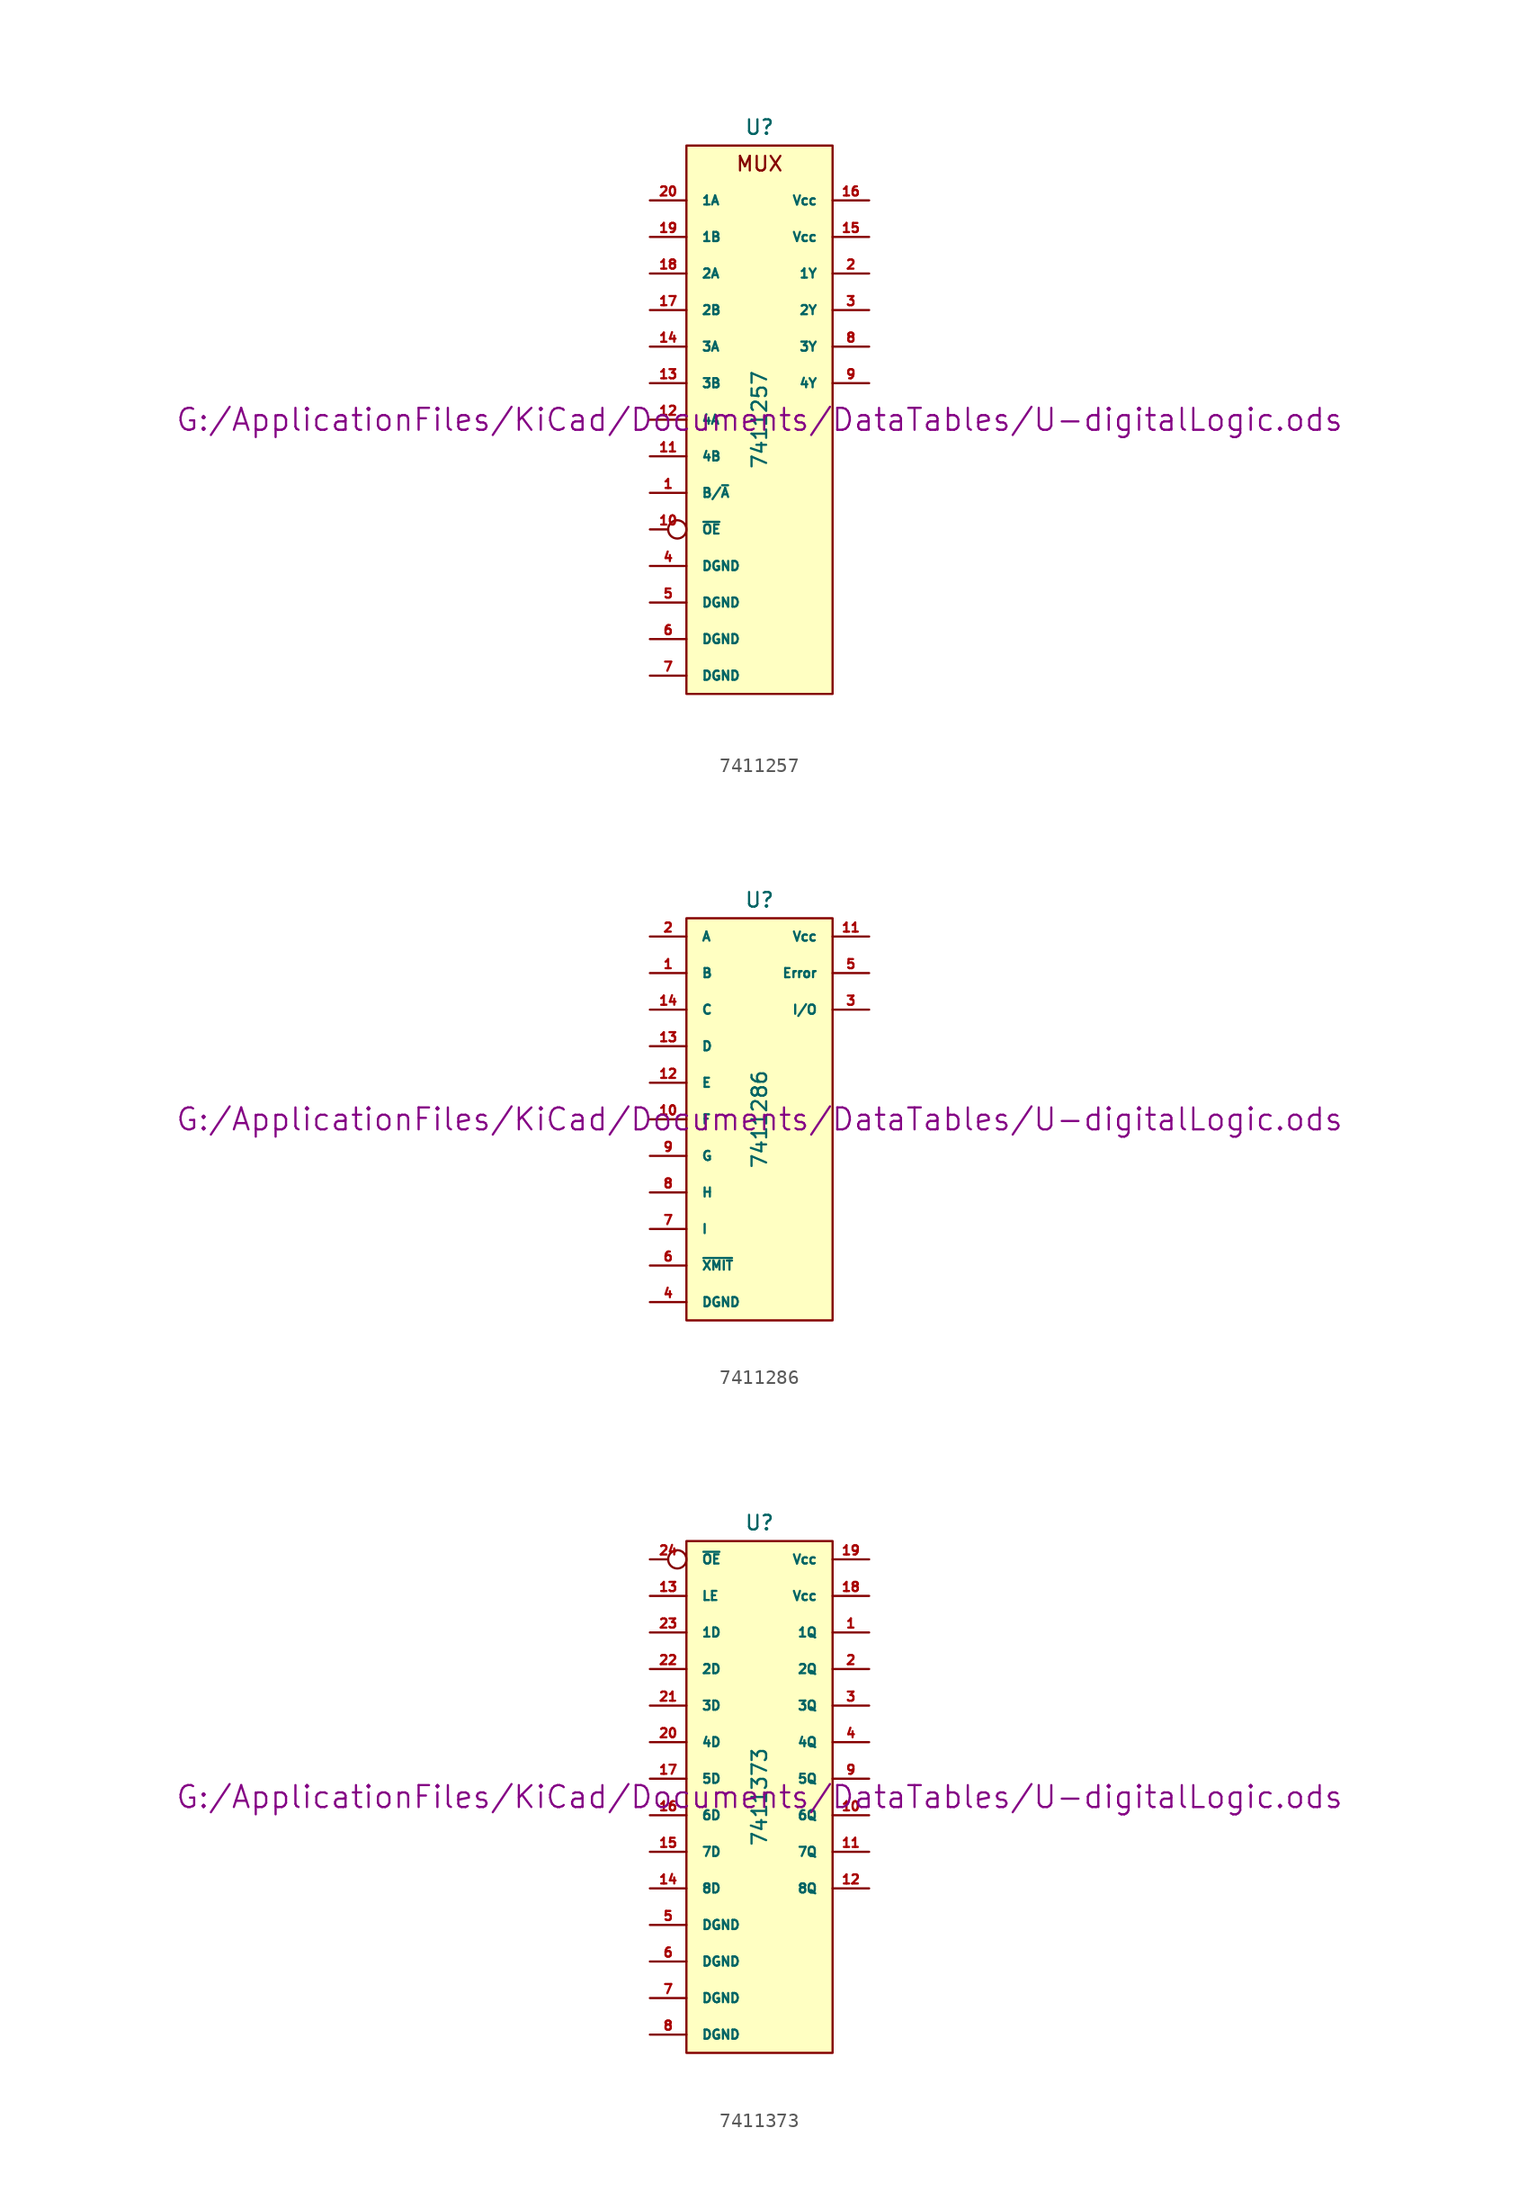
<source format=kicad_sym>
(kicad_symbol_lib
  (version 20211014)
  (generator kicad_symbol_editor)
  (symbol "7411257"
    (pin_names
      (offset 1.016))
    (property "Reference" "U"
      (at 0 20.32 0)
      (effects (font (size 1.016 1.016))))
    (property "Value" "7411257"
      (at 0 0 90)
      (effects (font (size 1.016 1.016))))
    (property "Footprint" ""
      (at 0 0 0)
      (effects (font (size 1.524 1.524))))
    (property "Datasheet" "G:/ApplicationFiles/KiCad/Documents/DataTables/U-digitalLogic.ods"
      (at 0 0 0)
      (effects (font (size 1.524 1.524))))
    (symbol "7411257_0_0"
      (text "MUX" (at 0 17.78 0) (effects (font (size 1.016 1.016)))))
    (symbol "7411257_0_1"
      (rectangle (start -5.08 19.05) (end 5.08 -19.05) (stroke (width 0) (type default) (color 0 0 0 0)) (fill (type background))))
    (symbol "7411257_1_1"
      (pin input line (at -7.62 -5.08 0) (length 2.54) (name "B/~{A}" (effects (font (size 0.635 0.635)))) (number "1" (effects (font (size 0.635 0.635)))))
      (pin input inverted (at -7.62 -7.62 0) (length 2.54) (name "~{OE}" (effects (font (size 0.635 0.635)))) (number "10" (effects (font (size 0.635 0.635)))))
      (pin input line (at -7.62 -2.54 0) (length 2.54) (name "4B" (effects (font (size 0.635 0.635)))) (number "11" (effects (font (size 0.635 0.635)))))
      (pin input line (at -7.62 0 0) (length 2.54) (name "4A" (effects (font (size 0.635 0.635)))) (number "12" (effects (font (size 0.635 0.635)))))
      (pin input line (at -7.62 2.54 0) (length 2.54) (name "3B" (effects (font (size 0.635 0.635)))) (number "13" (effects (font (size 0.635 0.635)))))
      (pin input line (at -7.62 5.08 0) (length 2.54) (name "3A" (effects (font (size 0.635 0.635)))) (number "14" (effects (font (size 0.635 0.635)))))
      (pin power_in line (at 7.62 12.7 180) (length 2.54) (name "Vcc" (effects (font (size 0.635 0.635)))) (number "15" (effects (font (size 0.635 0.635)))))
      (pin power_in line (at 7.62 15.24 180) (length 2.54) (name "Vcc" (effects (font (size 0.635 0.635)))) (number "16" (effects (font (size 0.635 0.635)))))
      (pin input line (at -7.62 7.62 0) (length 2.54) (name "2B" (effects (font (size 0.635 0.635)))) (number "17" (effects (font (size 0.635 0.635)))))
      (pin input line (at -7.62 10.16 0) (length 2.54) (name "2A" (effects (font (size 0.635 0.635)))) (number "18" (effects (font (size 0.635 0.635)))))
      (pin input line (at -7.62 12.7 0) (length 2.54) (name "1B" (effects (font (size 0.635 0.635)))) (number "19" (effects (font (size 0.635 0.635)))))
      (pin tri_state line (at 7.62 10.16 180) (length 2.54) (name "1Y" (effects (font (size 0.635 0.635)))) (number "2" (effects (font (size 0.635 0.635)))))
      (pin input line (at -7.62 15.24 0) (length 2.54) (name "1A" (effects (font (size 0.635 0.635)))) (number "20" (effects (font (size 0.635 0.635)))))
      (pin tri_state line (at 7.62 7.62 180) (length 2.54) (name "2Y" (effects (font (size 0.635 0.635)))) (number "3" (effects (font (size 0.635 0.635)))))
      (pin power_in line (at -7.62 -10.16 0) (length 2.54) (name "DGND" (effects (font (size 0.635 0.635)))) (number "4" (effects (font (size 0.635 0.635)))))
      (pin power_in line (at -7.62 -12.7 0) (length 2.54) (name "DGND" (effects (font (size 0.635 0.635)))) (number "5" (effects (font (size 0.635 0.635)))))
      (pin power_in line (at -7.62 -15.24 0) (length 2.54) (name "DGND" (effects (font (size 0.635 0.635)))) (number "6" (effects (font (size 0.635 0.635)))))
      (pin power_in line (at -7.62 -17.78 0) (length 2.54) (name "DGND" (effects (font (size 0.635 0.635)))) (number "7" (effects (font (size 0.635 0.635)))))
      (pin tri_state line (at 7.62 5.08 180) (length 2.54) (name "3Y" (effects (font (size 0.635 0.635)))) (number "8" (effects (font (size 0.635 0.635)))))
      (pin tri_state line (at 7.62 2.54 180) (length 2.54) (name "4Y" (effects (font (size 0.635 0.635)))) (number "9" (effects (font (size 0.635 0.635)))))))
  (symbol "7411286"
    (pin_names
      (offset 1.016))
    (property "Reference" "U"
      (at 0 15.24 0)
      (effects (font (size 1.016 1.016))))
    (property "Value" "7411286"
      (at 0 0 90)
      (effects (font (size 1.016 1.016))))
    (property "Footprint" ""
      (at 0 0 0)
      (effects (font (size 1.524 1.524))))
    (property "Datasheet" "G:/ApplicationFiles/KiCad/Documents/DataTables/U-digitalLogic.ods"
      (at 0 0 0)
      (effects (font (size 1.524 1.524))))
    (symbol "7411286_0_1"
      (rectangle (start -5.08 13.97) (end 5.08 -13.97) (stroke (width 0) (type default) (color 0 0 0 0)) (fill (type background))))
    (symbol "7411286_1_1"
      (pin input line (at -7.62 10.16 0) (length 2.54) (name "B" (effects (font (size 0.635 0.635)))) (number "1" (effects (font (size 0.635 0.635)))))
      (pin input line (at -7.62 0 0) (length 2.54) (name "F" (effects (font (size 0.635 0.635)))) (number "10" (effects (font (size 0.635 0.635)))))
      (pin power_in line (at 7.62 12.7 180) (length 2.54) (name "Vcc" (effects (font (size 0.635 0.635)))) (number "11" (effects (font (size 0.635 0.635)))))
      (pin input line (at -7.62 2.54 0) (length 2.54) (name "E" (effects (font (size 0.635 0.635)))) (number "12" (effects (font (size 0.635 0.635)))))
      (pin input line (at -7.62 5.08 0) (length 2.54) (name "D" (effects (font (size 0.635 0.635)))) (number "13" (effects (font (size 0.635 0.635)))))
      (pin input line (at -7.62 7.62 0) (length 2.54) (name "C" (effects (font (size 0.635 0.635)))) (number "14" (effects (font (size 0.635 0.635)))))
      (pin input line (at -7.62 12.7 0) (length 2.54) (name "A" (effects (font (size 0.635 0.635)))) (number "2" (effects (font (size 0.635 0.635)))))
      (pin output line (at 7.62 7.62 180) (length 2.54) (name "I/O" (effects (font (size 0.635 0.635)))) (number "3" (effects (font (size 0.635 0.635)))))
      (pin power_in line (at -7.62 -12.7 0) (length 2.54) (name "DGND" (effects (font (size 0.635 0.635)))) (number "4" (effects (font (size 0.635 0.635)))))
      (pin output line (at 7.62 10.16 180) (length 2.54) (name "Error" (effects (font (size 0.635 0.635)))) (number "5" (effects (font (size 0.635 0.635)))))
      (pin input line (at -7.62 -10.16 0) (length 2.54) (name "~{XMIT}" (effects (font (size 0.635 0.635)))) (number "6" (effects (font (size 0.635 0.635)))))
      (pin input line (at -7.62 -7.62 0) (length 2.54) (name "I" (effects (font (size 0.635 0.635)))) (number "7" (effects (font (size 0.635 0.635)))))
      (pin input line (at -7.62 -5.08 0) (length 2.54) (name "H" (effects (font (size 0.635 0.635)))) (number "8" (effects (font (size 0.635 0.635)))))
      (pin input line (at -7.62 -2.54 0) (length 2.54) (name "G" (effects (font (size 0.635 0.635)))) (number "9" (effects (font (size 0.635 0.635)))))))
  (symbol "7411373"
    (pin_names
      (offset 1.016))
    (property "Reference" "U"
      (at 0 19.05 0)
      (effects (font (size 1.016 1.016))))
    (property "Value" "7411373"
      (at 0 0 90)
      (effects (font (size 1.016 1.016))))
    (property "Footprint" ""
      (at 0 0 0)
      (effects (font (size 1.524 1.524))))
    (property "Datasheet" "G:/ApplicationFiles/KiCad/Documents/DataTables/U-digitalLogic.ods"
      (at 0 0 0)
      (effects (font (size 1.524 1.524))))
    (symbol "7411373_0_1"
      (rectangle (start -5.08 17.78) (end 5.08 -17.78) (stroke (width 0) (type default) (color 0 0 0 0)) (fill (type background))))
    (symbol "7411373_1_1"
      (pin tri_state line (at 7.62 11.43 180) (length 2.54) (name "1Q" (effects (font (size 0.635 0.635)))) (number "1" (effects (font (size 0.635 0.635)))))
      (pin tri_state line (at 7.62 -1.27 180) (length 2.54) (name "6Q" (effects (font (size 0.635 0.635)))) (number "10" (effects (font (size 0.635 0.635)))))
      (pin tri_state line (at 7.62 -3.81 180) (length 2.54) (name "7Q" (effects (font (size 0.635 0.635)))) (number "11" (effects (font (size 0.635 0.635)))))
      (pin tri_state line (at 7.62 -6.35 180) (length 2.54) (name "8Q" (effects (font (size 0.635 0.635)))) (number "12" (effects (font (size 0.635 0.635)))))
      (pin input line (at -7.62 13.97 0) (length 2.54) (name "LE" (effects (font (size 0.635 0.635)))) (number "13" (effects (font (size 0.635 0.635)))))
      (pin input line (at -7.62 -6.35 0) (length 2.54) (name "8D" (effects (font (size 0.635 0.635)))) (number "14" (effects (font (size 0.635 0.635)))))
      (pin input line (at -7.62 -3.81 0) (length 2.54) (name "7D" (effects (font (size 0.635 0.635)))) (number "15" (effects (font (size 0.635 0.635)))))
      (pin input line (at -7.62 -1.27 0) (length 2.54) (name "6D" (effects (font (size 0.635 0.635)))) (number "16" (effects (font (size 0.635 0.635)))))
      (pin input line (at -7.62 1.27 0) (length 2.54) (name "5D" (effects (font (size 0.635 0.635)))) (number "17" (effects (font (size 0.635 0.635)))))
      (pin power_in line (at 7.62 13.97 180) (length 2.54) (name "Vcc" (effects (font (size 0.635 0.635)))) (number "18" (effects (font (size 0.635 0.635)))))
      (pin power_in line (at 7.62 16.51 180) (length 2.54) (name "Vcc" (effects (font (size 0.635 0.635)))) (number "19" (effects (font (size 0.635 0.635)))))
      (pin tri_state line (at 7.62 8.89 180) (length 2.54) (name "2Q" (effects (font (size 0.635 0.635)))) (number "2" (effects (font (size 0.635 0.635)))))
      (pin input line (at -7.62 3.81 0) (length 2.54) (name "4D" (effects (font (size 0.635 0.635)))) (number "20" (effects (font (size 0.635 0.635)))))
      (pin input line (at -7.62 6.35 0) (length 2.54) (name "3D" (effects (font (size 0.635 0.635)))) (number "21" (effects (font (size 0.635 0.635)))))
      (pin input line (at -7.62 8.89 0) (length 2.54) (name "2D" (effects (font (size 0.635 0.635)))) (number "22" (effects (font (size 0.635 0.635)))))
      (pin input line (at -7.62 11.43 0) (length 2.54) (name "1D" (effects (font (size 0.635 0.635)))) (number "23" (effects (font (size 0.635 0.635)))))
      (pin input inverted (at -7.62 16.51 0) (length 2.54) (name "~{OE}" (effects (font (size 0.635 0.635)))) (number "24" (effects (font (size 0.635 0.635)))))
      (pin tri_state line (at 7.62 6.35 180) (length 2.54) (name "3Q" (effects (font (size 0.635 0.635)))) (number "3" (effects (font (size 0.635 0.635)))))
      (pin tri_state line (at 7.62 3.81 180) (length 2.54) (name "4Q" (effects (font (size 0.635 0.635)))) (number "4" (effects (font (size 0.635 0.635)))))
      (pin power_in line (at -7.62 -8.89 0) (length 2.54) (name "DGND" (effects (font (size 0.635 0.635)))) (number "5" (effects (font (size 0.635 0.635)))))
      (pin power_in line (at -7.62 -11.43 0) (length 2.54) (name "DGND" (effects (font (size 0.635 0.635)))) (number "6" (effects (font (size 0.635 0.635)))))
      (pin power_in line (at -7.62 -13.97 0) (length 2.54) (name "DGND" (effects (font (size 0.635 0.635)))) (number "7" (effects (font (size 0.635 0.635)))))
      (pin power_in line (at -7.62 -16.51 0) (length 2.54) (name "DGND" (effects (font (size 0.635 0.635)))) (number "8" (effects (font (size 0.635 0.635)))))
      (pin tri_state line (at 7.62 1.27 180) (length 2.54) (name "5Q" (effects (font (size 0.635 0.635)))) (number "9" (effects (font (size 0.635 0.635))))))))
</source>
